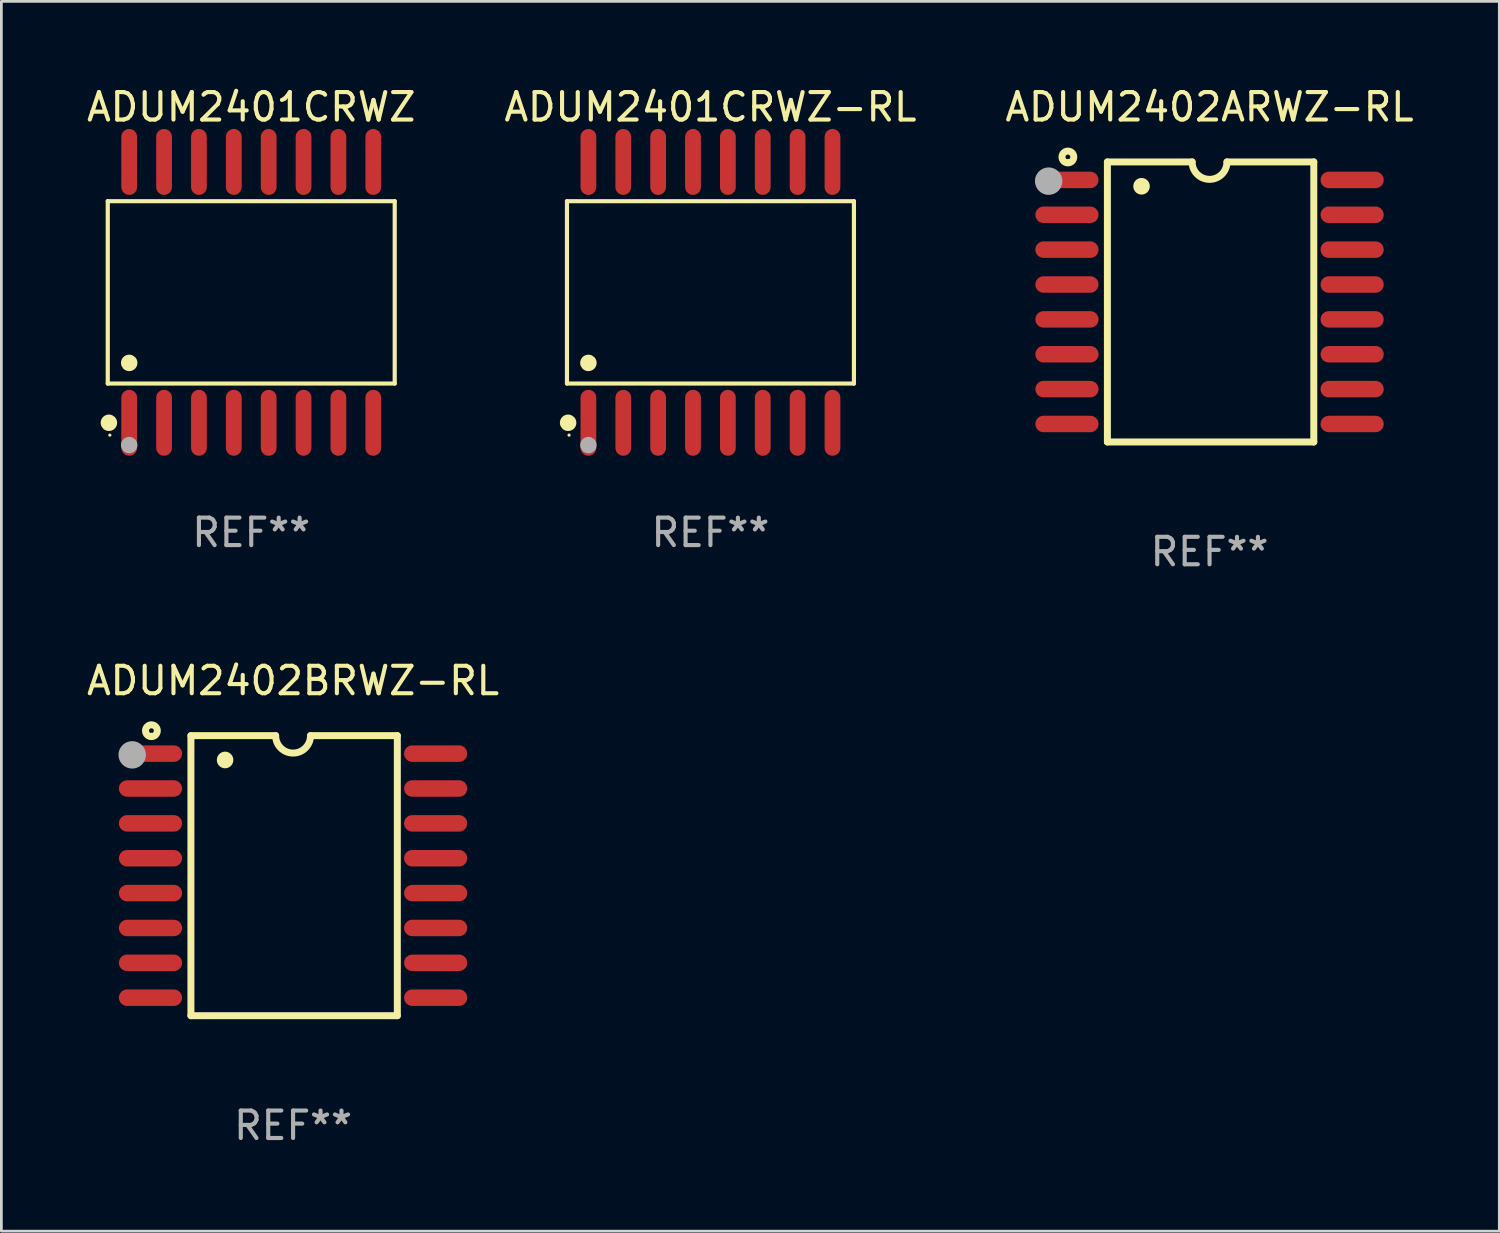
<source format=kicad_pcb>
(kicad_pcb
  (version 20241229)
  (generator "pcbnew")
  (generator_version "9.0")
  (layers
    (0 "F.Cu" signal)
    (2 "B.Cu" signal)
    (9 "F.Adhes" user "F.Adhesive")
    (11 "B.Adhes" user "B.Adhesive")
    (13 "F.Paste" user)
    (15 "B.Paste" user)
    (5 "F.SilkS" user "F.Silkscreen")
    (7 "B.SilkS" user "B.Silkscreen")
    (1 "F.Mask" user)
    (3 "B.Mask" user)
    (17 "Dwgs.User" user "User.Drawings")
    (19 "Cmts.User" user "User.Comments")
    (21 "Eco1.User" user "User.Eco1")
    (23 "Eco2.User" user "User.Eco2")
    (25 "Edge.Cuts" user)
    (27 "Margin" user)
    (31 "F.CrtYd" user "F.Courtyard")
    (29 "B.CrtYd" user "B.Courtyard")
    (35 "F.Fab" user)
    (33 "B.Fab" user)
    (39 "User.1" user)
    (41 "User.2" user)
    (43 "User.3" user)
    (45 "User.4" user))
  (footprint "ADUM2402BRWZ-RL"
    (layer "F.Cu")
    (at 7.625 28.845)
    (property "Reference" "ADUM2402BRWZ-RL" (at 0 -7.1 0) (layer "F.SilkS") (effects (font (size 1 1) (thickness 0.15))))
    (attr through_hole)
    (fp_line (start -3.721 -5.1) (end -3.721 5.1) (stroke (width 0.254) (type solid)) (layer "F.SilkS"))
    (fp_line (start -3.721 -5.1) (end -0.635 -5.1) (stroke (width 0.254) (type solid)) (layer "F.SilkS"))
    (fp_line (start -3.721 5.1) (end 3.797 5.1) (stroke (width 0.254) (type solid)) (layer "F.SilkS"))
    (fp_line (start 3.797 -5.1) (end 0.635 -5.1) (stroke (width 0.254) (type solid)) (layer "F.SilkS"))
    (fp_line (start 3.797 5.1) (end 3.797 -5.1) (stroke (width 0.254) (type solid)) (layer "F.SilkS"))
    (fp_arc (start -2.476556 -4.211328) (mid -2.476567 -4.213868) (end -2.476556 -4.216408) (stroke (width 0.6) (type solid)) (layer "F.SilkS"))
    (fp_arc (start 0.63495 -5.100076) (mid -0.000178 -4.465329) (end -0.635052 -5.10033) (stroke (width 0.254001) (type solid)) (layer "F.SilkS"))
    (fp_circle (center -5.16 -5.28) (end -4.945 -5.28) (stroke (width 0.254) (type solid)) (fill no) (layer "F.SilkS"))
    (fp_circle (center -5.15 -5.15) (end -5.12 -5.15) (stroke (width 0.06) (type solid)) (fill no) (layer "F.SilkS"))
    (fp_circle (center -5.86 -4.4) (end -5.61 -4.4) (stroke (width 0.5) (type solid)) (fill no) (layer "F.Fab"))
    (fp_text user "REF**" (at 0 9.1 0) (layer "F.Fab") (effects (font (size 1 1) (thickness 0.15))))
    (pad "1" smd oval (at -5.194 -4.445) (size 2.3 0.6) (layers "F.Cu" "F.Mask" "F.Paste"))
    (pad "2" smd oval (at -5.194 -3.175) (size 2.3 0.6) (layers "F.Cu" "F.Mask" "F.Paste"))
    (pad "3" smd oval (at -5.194 -1.905) (size 2.3 0.6) (layers "F.Cu" "F.Mask" "F.Paste"))
    (pad "4" smd oval (at -5.194 -0.635) (size 2.3 0.6) (layers "F.Cu" "F.Mask" "F.Paste"))
    (pad "5" smd oval (at -5.194 0.635) (size 2.3 0.6) (layers "F.Cu" "F.Mask" "F.Paste"))
    (pad "6" smd oval (at -5.194 1.905) (size 2.3 0.6) (layers "F.Cu" "F.Mask" "F.Paste"))
    (pad "7" smd oval (at -5.194 3.175) (size 2.3 0.6) (layers "F.Cu" "F.Mask" "F.Paste"))
    (pad "8" smd oval (at -5.194 4.445) (size 2.3 0.6) (layers "F.Cu" "F.Mask" "F.Paste"))
    (pad "9" smd oval (at 5.194 4.445) (size 2.3 0.6) (layers "F.Cu" "F.Mask" "F.Paste"))
    (pad "10" smd oval (at 5.194 3.175) (size 2.3 0.6) (layers "F.Cu" "F.Mask" "F.Paste"))
    (pad "11" smd oval (at 5.194 1.905) (size 2.3 0.6) (layers "F.Cu" "F.Mask" "F.Paste"))
    (pad "12" smd oval (at 5.194 0.635) (size 2.3 0.6) (layers "F.Cu" "F.Mask" "F.Paste"))
    (pad "13" smd oval (at 5.194 -0.635) (size 2.3 0.6) (layers "F.Cu" "F.Mask" "F.Paste"))
    (pad "14" smd oval (at 5.194 -1.905) (size 2.3 0.6) (layers "F.Cu" "F.Mask" "F.Paste"))
    (pad "15" smd oval (at 5.194 -3.175) (size 2.3 0.6) (layers "F.Cu" "F.Mask" "F.Paste"))
    (pad "16" smd oval (at 5.194 -4.445) (size 2.3 0.6) (layers "F.Cu" "F.Mask" "F.Paste")))
  (footprint "ADUM2401CRWZ-RL"
    (layer "F.Cu")
    (at 22.827 7.599)
    (property "Reference" "ADUM2401CRWZ-RL" (at 0 -6.75 0) (layer "F.SilkS") (effects (font (size 1 1) (thickness 0.15))))
    (attr through_hole)
    (fp_line (start -5.226 -3.321) (end 5.226 -3.321) (stroke (width 0.152) (type solid)) (layer "F.SilkS"))
    (fp_line (start -5.226 3.321) (end -5.226 -3.321) (stroke (width 0.152) (type solid)) (layer "F.SilkS"))
    (fp_line (start 5.226 -3.321) (end 5.226 3.321) (stroke (width 0.152) (type solid)) (layer "F.SilkS"))
    (fp_line (start 5.226 3.321) (end -5.226 3.321) (stroke (width 0.152) (type solid)) (layer "F.SilkS"))
    (fp_circle (center -5.184 4.75) (end -5.034 4.75) (stroke (width 0.3) (type solid)) (fill no) (layer "F.SilkS"))
    (fp_circle (center -5.15 5.2) (end -5.12 5.2) (stroke (width 0.06) (type solid)) (fill no) (layer "F.SilkS"))
    (fp_circle (center -4.445 2.569) (end -4.295 2.569) (stroke (width 0.3) (type solid)) (fill no) (layer "F.SilkS"))
    (fp_circle (center -4.445 5.563) (end -4.295 5.563) (stroke (width 0.3) (type solid)) (fill no) (layer "F.Fab"))
    (fp_text user "REF**" (at 0 8.75 0) (layer "F.Fab") (effects (font (size 1 1) (thickness 0.15))))
    (pad "1" smd oval (at -4.445 4.75) (size 0.574 2.401) (layers "F.Cu" "F.Mask" "F.Paste"))
    (pad "2" smd oval (at -3.175 4.75) (size 0.574 2.401) (layers "F.Cu" "F.Mask" "F.Paste"))
    (pad "3" smd oval (at -1.905 4.75) (size 0.574 2.401) (layers "F.Cu" "F.Mask" "F.Paste"))
    (pad "4" smd oval (at -0.635 4.75) (size 0.574 2.401) (layers "F.Cu" "F.Mask" "F.Paste"))
    (pad "5" smd oval (at 0.635 4.75) (size 0.574 2.401) (layers "F.Cu" "F.Mask" "F.Paste"))
    (pad "6" smd oval (at 1.905 4.75) (size 0.574 2.401) (layers "F.Cu" "F.Mask" "F.Paste"))
    (pad "7" smd oval (at 3.175 4.75) (size 0.574 2.401) (layers "F.Cu" "F.Mask" "F.Paste"))
    (pad "8" smd oval (at 4.445 4.75) (size 0.574 2.401) (layers "F.Cu" "F.Mask" "F.Paste"))
    (pad "9" smd oval (at 4.445 -4.75) (size 0.574 2.401) (layers "F.Cu" "F.Mask" "F.Paste"))
    (pad "10" smd oval (at 3.175 -4.75) (size 0.574 2.401) (layers "F.Cu" "F.Mask" "F.Paste"))
    (pad "11" smd oval (at 1.905 -4.75) (size 0.574 2.401) (layers "F.Cu" "F.Mask" "F.Paste"))
    (pad "12" smd oval (at 0.635 -4.75) (size 0.574 2.401) (layers "F.Cu" "F.Mask" "F.Paste"))
    (pad "13" smd oval (at -0.635 -4.75) (size 0.574 2.401) (layers "F.Cu" "F.Mask" "F.Paste"))
    (pad "14" smd oval (at -1.905 -4.75) (size 0.574 2.401) (layers "F.Cu" "F.Mask" "F.Paste"))
    (pad "15" smd oval (at -3.175 -4.75) (size 0.574 2.401) (layers "F.Cu" "F.Mask" "F.Paste"))
    (pad "16" smd oval (at -4.445 -4.75) (size 0.574 2.401) (layers "F.Cu" "F.Mask" "F.Paste")))
  (footprint "ADUM2402ARWZ-RL"
    (layer "F.Cu")
    (at 41.006 7.948)
    (property "Reference" "ADUM2402ARWZ-RL" (at 0 -7.1 0) (layer "F.SilkS") (effects (font (size 1 1) (thickness 0.15))))
    (attr through_hole)
    (fp_line (start -3.721 -5.1) (end -3.721 5.1) (stroke (width 0.254) (type solid)) (layer "F.SilkS"))
    (fp_line (start -3.721 -5.1) (end -0.635 -5.1) (stroke (width 0.254) (type solid)) (layer "F.SilkS"))
    (fp_line (start -3.721 5.1) (end 3.797 5.1) (stroke (width 0.254) (type solid)) (layer "F.SilkS"))
    (fp_line (start 3.797 -5.1) (end 0.635 -5.1) (stroke (width 0.254) (type solid)) (layer "F.SilkS"))
    (fp_line (start 3.797 5.1) (end 3.797 -5.1) (stroke (width 0.254) (type solid)) (layer "F.SilkS"))
    (fp_arc (start -2.476556 -4.211328) (mid -2.476567 -4.213868) (end -2.476556 -4.216408) (stroke (width 0.6) (type solid)) (layer "F.SilkS"))
    (fp_arc (start 0.63495 -5.100076) (mid -0.000178 -4.465329) (end -0.635052 -5.10033) (stroke (width 0.254001) (type solid)) (layer "F.SilkS"))
    (fp_circle (center -5.16 -5.28) (end -4.945 -5.28) (stroke (width 0.254) (type solid)) (fill no) (layer "F.SilkS"))
    (fp_circle (center -5.15 -5.15) (end -5.12 -5.15) (stroke (width 0.06) (type solid)) (fill no) (layer "F.SilkS"))
    (fp_circle (center -5.86 -4.4) (end -5.61 -4.4) (stroke (width 0.5) (type solid)) (fill no) (layer "F.Fab"))
    (fp_text user "REF**" (at 0 9.1 0) (layer "F.Fab") (effects (font (size 1 1) (thickness 0.15))))
    (pad "1" smd oval (at -5.194 -4.445) (size 2.3 0.6) (layers "F.Cu" "F.Mask" "F.Paste"))
    (pad "2" smd oval (at -5.194 -3.175) (size 2.3 0.6) (layers "F.Cu" "F.Mask" "F.Paste"))
    (pad "3" smd oval (at -5.194 -1.905) (size 2.3 0.6) (layers "F.Cu" "F.Mask" "F.Paste"))
    (pad "4" smd oval (at -5.194 -0.635) (size 2.3 0.6) (layers "F.Cu" "F.Mask" "F.Paste"))
    (pad "5" smd oval (at -5.194 0.635) (size 2.3 0.6) (layers "F.Cu" "F.Mask" "F.Paste"))
    (pad "6" smd oval (at -5.194 1.905) (size 2.3 0.6) (layers "F.Cu" "F.Mask" "F.Paste"))
    (pad "7" smd oval (at -5.194 3.175) (size 2.3 0.6) (layers "F.Cu" "F.Mask" "F.Paste"))
    (pad "8" smd oval (at -5.194 4.445) (size 2.3 0.6) (layers "F.Cu" "F.Mask" "F.Paste"))
    (pad "9" smd oval (at 5.194 4.445) (size 2.3 0.6) (layers "F.Cu" "F.Mask" "F.Paste"))
    (pad "10" smd oval (at 5.194 3.175) (size 2.3 0.6) (layers "F.Cu" "F.Mask" "F.Paste"))
    (pad "11" smd oval (at 5.194 1.905) (size 2.3 0.6) (layers "F.Cu" "F.Mask" "F.Paste"))
    (pad "12" smd oval (at 5.194 0.635) (size 2.3 0.6) (layers "F.Cu" "F.Mask" "F.Paste"))
    (pad "13" smd oval (at 5.194 -0.635) (size 2.3 0.6) (layers "F.Cu" "F.Mask" "F.Paste"))
    (pad "14" smd oval (at 5.194 -1.905) (size 2.3 0.6) (layers "F.Cu" "F.Mask" "F.Paste"))
    (pad "15" smd oval (at 5.194 -3.175) (size 2.3 0.6) (layers "F.Cu" "F.Mask" "F.Paste"))
    (pad "16" smd oval (at 5.194 -4.445) (size 2.3 0.6) (layers "F.Cu" "F.Mask" "F.Paste")))
  (footprint "ADUM2401CRWZ"
    (layer "F.Cu")
    (at 6.101 7.599)
    (property "Reference" "ADUM2401CRWZ" (at 0 -6.75 0) (layer "F.SilkS") (effects (font (size 1 1) (thickness 0.15))))
    (attr through_hole)
    (fp_line (start -5.226 -3.321) (end 5.226 -3.321) (stroke (width 0.152) (type solid)) (layer "F.SilkS"))
    (fp_line (start -5.226 3.321) (end -5.226 -3.321) (stroke (width 0.152) (type solid)) (layer "F.SilkS"))
    (fp_line (start 5.226 -3.321) (end 5.226 3.321) (stroke (width 0.152) (type solid)) (layer "F.SilkS"))
    (fp_line (start 5.226 3.321) (end -5.226 3.321) (stroke (width 0.152) (type solid)) (layer "F.SilkS"))
    (fp_circle (center -5.184 4.75) (end -5.034 4.75) (stroke (width 0.3) (type solid)) (fill no) (layer "F.SilkS"))
    (fp_circle (center -5.15 5.2) (end -5.12 5.2) (stroke (width 0.06) (type solid)) (fill no) (layer "F.SilkS"))
    (fp_circle (center -4.445 2.569) (end -4.295 2.569) (stroke (width 0.3) (type solid)) (fill no) (layer "F.SilkS"))
    (fp_circle (center -4.445 5.563) (end -4.295 5.563) (stroke (width 0.3) (type solid)) (fill no) (layer "F.Fab"))
    (fp_text user "REF**" (at 0 8.75 0) (layer "F.Fab") (effects (font (size 1 1) (thickness 0.15))))
    (pad "1" smd oval (at -4.445 4.75) (size 0.574 2.401) (layers "F.Cu" "F.Mask" "F.Paste"))
    (pad "2" smd oval (at -3.175 4.75) (size 0.574 2.401) (layers "F.Cu" "F.Mask" "F.Paste"))
    (pad "3" smd oval (at -1.905 4.75) (size 0.574 2.401) (layers "F.Cu" "F.Mask" "F.Paste"))
    (pad "4" smd oval (at -0.635 4.75) (size 0.574 2.401) (layers "F.Cu" "F.Mask" "F.Paste"))
    (pad "5" smd oval (at 0.635 4.75) (size 0.574 2.401) (layers "F.Cu" "F.Mask" "F.Paste"))
    (pad "6" smd oval (at 1.905 4.75) (size 0.574 2.401) (layers "F.Cu" "F.Mask" "F.Paste"))
    (pad "7" smd oval (at 3.175 4.75) (size 0.574 2.401) (layers "F.Cu" "F.Mask" "F.Paste"))
    (pad "8" smd oval (at 4.445 4.75) (size 0.574 2.401) (layers "F.Cu" "F.Mask" "F.Paste"))
    (pad "9" smd oval (at 4.445 -4.75) (size 0.574 2.401) (layers "F.Cu" "F.Mask" "F.Paste"))
    (pad "10" smd oval (at 3.175 -4.75) (size 0.574 2.401) (layers "F.Cu" "F.Mask" "F.Paste"))
    (pad "11" smd oval (at 1.905 -4.75) (size 0.574 2.401) (layers "F.Cu" "F.Mask" "F.Paste"))
    (pad "12" smd oval (at 0.635 -4.75) (size 0.574 2.401) (layers "F.Cu" "F.Mask" "F.Paste"))
    (pad "13" smd oval (at -0.635 -4.75) (size 0.574 2.401) (layers "F.Cu" "F.Mask" "F.Paste"))
    (pad "14" smd oval (at -1.905 -4.75) (size 0.574 2.401) (layers "F.Cu" "F.Mask" "F.Paste"))
    (pad "15" smd oval (at -3.175 -4.75) (size 0.574 2.401) (layers "F.Cu" "F.Mask" "F.Paste"))
    (pad "16" smd oval (at -4.445 -4.75) (size 0.574 2.401) (layers "F.Cu" "F.Mask" "F.Paste")))
  (gr_rect
    (start -3 -3)
    (end 51.56 41.793)
    (stroke (width 0.1) (type default))
    (fill no)
    (layer "Edge.Cuts")))
</source>
